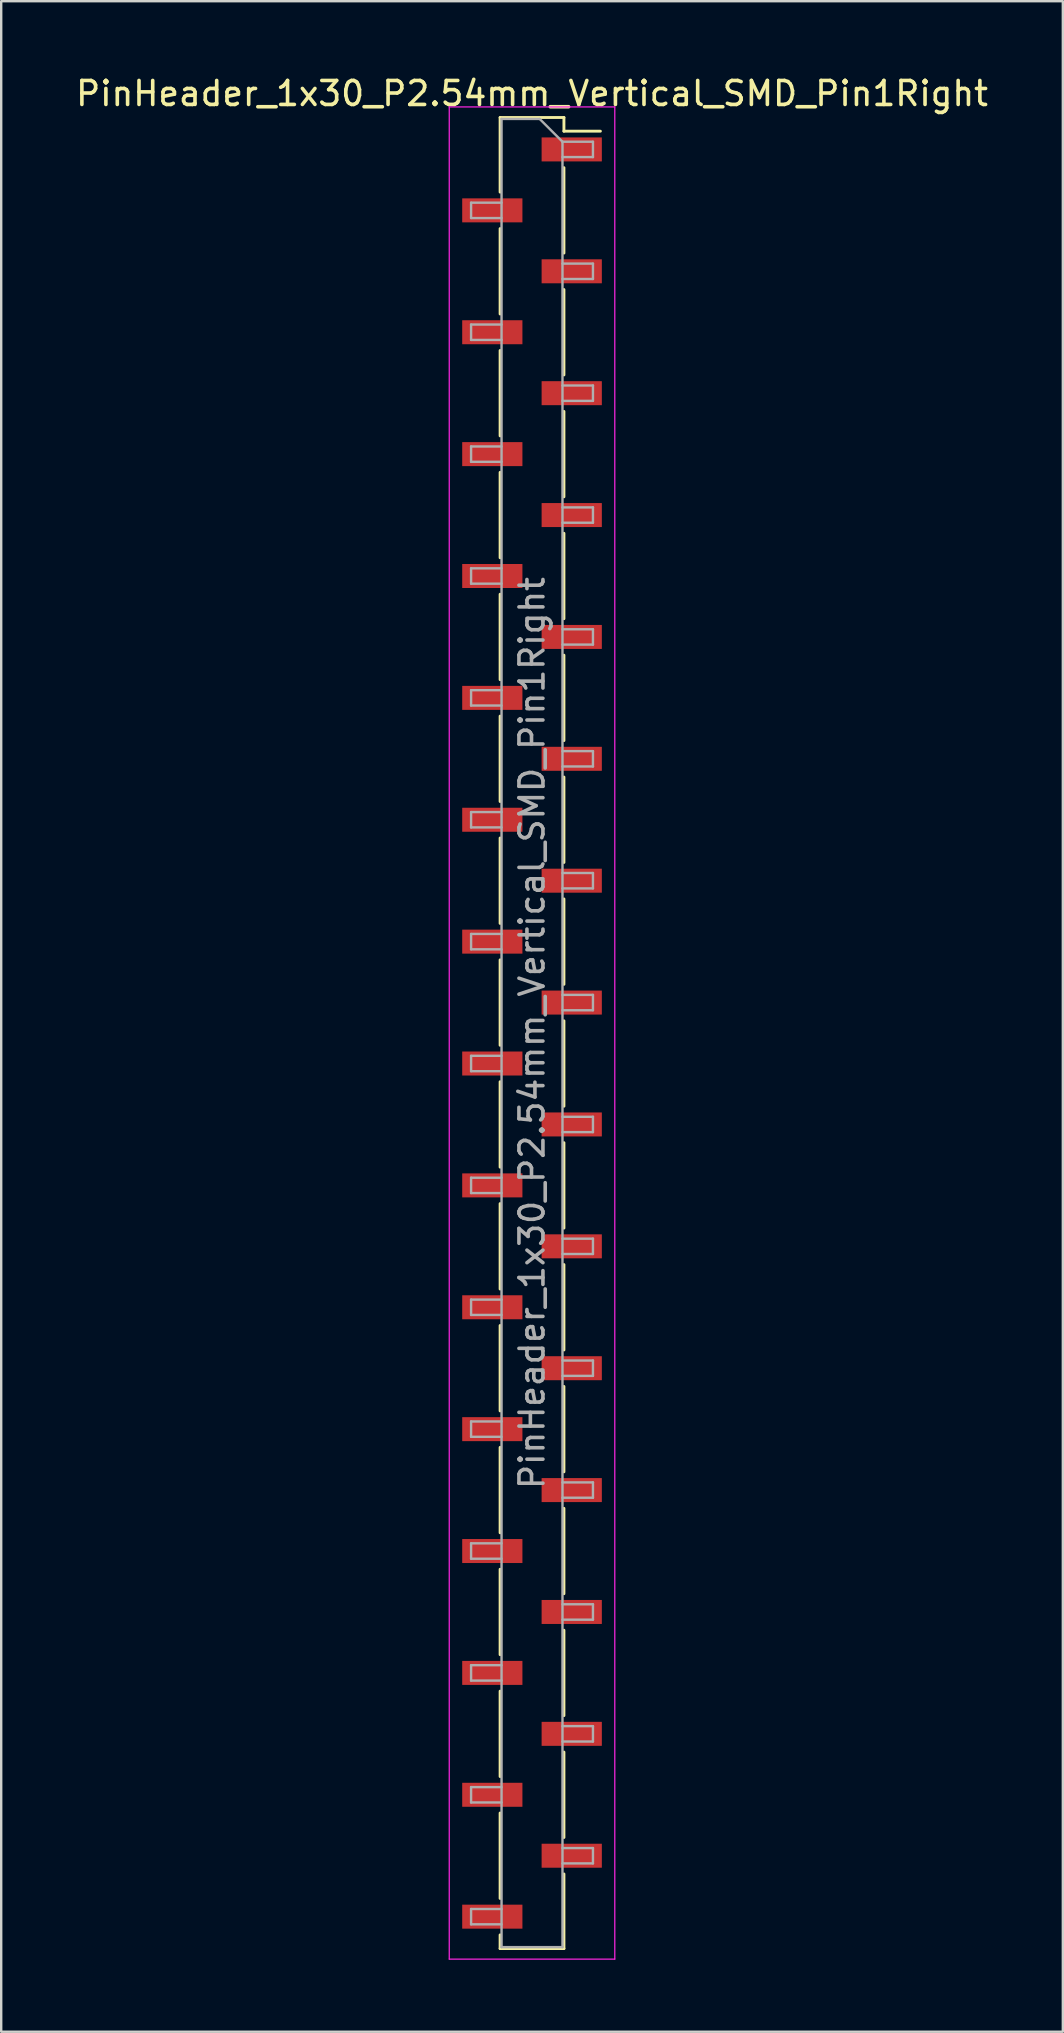
<source format=kicad_pcb>
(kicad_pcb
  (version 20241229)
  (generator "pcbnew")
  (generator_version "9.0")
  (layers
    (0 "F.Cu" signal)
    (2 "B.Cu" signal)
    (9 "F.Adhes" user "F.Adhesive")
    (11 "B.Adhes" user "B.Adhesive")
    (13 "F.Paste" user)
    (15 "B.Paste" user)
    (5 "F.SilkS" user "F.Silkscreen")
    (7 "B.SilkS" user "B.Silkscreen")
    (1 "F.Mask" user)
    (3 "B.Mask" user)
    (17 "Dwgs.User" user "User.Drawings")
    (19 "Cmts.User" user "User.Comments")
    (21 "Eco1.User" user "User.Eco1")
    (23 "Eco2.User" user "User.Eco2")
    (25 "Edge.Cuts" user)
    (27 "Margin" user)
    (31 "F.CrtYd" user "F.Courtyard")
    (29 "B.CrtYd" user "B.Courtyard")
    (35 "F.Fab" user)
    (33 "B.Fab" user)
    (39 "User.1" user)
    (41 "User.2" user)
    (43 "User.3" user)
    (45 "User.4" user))
  (footprint "PinHeader_1x30_P2.54mm_Vertical_SMD_Pin1Right"
    (layer "F.Cu")
    (at 19.125 40.008)
    (property "Reference" "PinHeader_1x30_P2.54mm_Vertical_SMD_Pin1Right" (at 0 -39.16 0) (layer "F.SilkS") (effects (font (size 1 1) (thickness 0.15))))
    (attr smd)
    (fp_line (start -1.33 -38.16) (end -1.33 -35.05) (stroke (width 0.12) (type solid)) (layer "F.SilkS"))
    (fp_line (start -1.33 -38.16) (end 1.33 -38.16) (stroke (width 0.12) (type solid)) (layer "F.SilkS"))
    (fp_line (start -1.33 -33.53) (end -1.33 -29.97) (stroke (width 0.12) (type solid)) (layer "F.SilkS"))
    (fp_line (start -1.33 -28.45) (end -1.33 -24.89) (stroke (width 0.12) (type solid)) (layer "F.SilkS"))
    (fp_line (start -1.33 -23.37) (end -1.33 -19.81) (stroke (width 0.12) (type solid)) (layer "F.SilkS"))
    (fp_line (start -1.33 -18.29) (end -1.33 -14.73) (stroke (width 0.12) (type solid)) (layer "F.SilkS"))
    (fp_line (start -1.33 -13.21) (end -1.33 -9.65) (stroke (width 0.12) (type solid)) (layer "F.SilkS"))
    (fp_line (start -1.33 -8.13) (end -1.33 -4.57) (stroke (width 0.12) (type solid)) (layer "F.SilkS"))
    (fp_line (start -1.33 -3.05) (end -1.33 0.51) (stroke (width 0.12) (type solid)) (layer "F.SilkS"))
    (fp_line (start -1.33 2.03) (end -1.33 5.59) (stroke (width 0.12) (type solid)) (layer "F.SilkS"))
    (fp_line (start -1.33 7.11) (end -1.33 10.67) (stroke (width 0.12) (type solid)) (layer "F.SilkS"))
    (fp_line (start -1.33 12.19) (end -1.33 15.75) (stroke (width 0.12) (type solid)) (layer "F.SilkS"))
    (fp_line (start -1.33 17.27) (end -1.33 20.83) (stroke (width 0.12) (type solid)) (layer "F.SilkS"))
    (fp_line (start -1.33 22.35) (end -1.33 25.91) (stroke (width 0.12) (type solid)) (layer "F.SilkS"))
    (fp_line (start -1.33 27.43) (end -1.33 30.99) (stroke (width 0.12) (type solid)) (layer "F.SilkS"))
    (fp_line (start -1.33 32.51) (end -1.33 36.07) (stroke (width 0.12) (type solid)) (layer "F.SilkS"))
    (fp_line (start -1.33 37.59) (end -1.33 38.16) (stroke (width 0.12) (type solid)) (layer "F.SilkS"))
    (fp_line (start -1.33 38.16) (end 1.33 38.16) (stroke (width 0.12) (type solid)) (layer "F.SilkS"))
    (fp_line (start 1.33 -38.16) (end 1.33 -37.59) (stroke (width 0.12) (type solid)) (layer "F.SilkS"))
    (fp_line (start 1.33 -37.59) (end 2.85 -37.59) (stroke (width 0.12) (type solid)) (layer "F.SilkS"))
    (fp_line (start 1.33 -36.07) (end 1.33 -32.51) (stroke (width 0.12) (type solid)) (layer "F.SilkS"))
    (fp_line (start 1.33 -30.99) (end 1.33 -27.43) (stroke (width 0.12) (type solid)) (layer "F.SilkS"))
    (fp_line (start 1.33 -25.91) (end 1.33 -22.35) (stroke (width 0.12) (type solid)) (layer "F.SilkS"))
    (fp_line (start 1.33 -20.83) (end 1.33 -17.27) (stroke (width 0.12) (type solid)) (layer "F.SilkS"))
    (fp_line (start 1.33 -15.75) (end 1.33 -12.19) (stroke (width 0.12) (type solid)) (layer "F.SilkS"))
    (fp_line (start 1.33 -10.67) (end 1.33 -7.11) (stroke (width 0.12) (type solid)) (layer "F.SilkS"))
    (fp_line (start 1.33 -5.59) (end 1.33 -2.03) (stroke (width 0.12) (type solid)) (layer "F.SilkS"))
    (fp_line (start 1.33 -0.51) (end 1.33 3.05) (stroke (width 0.12) (type solid)) (layer "F.SilkS"))
    (fp_line (start 1.33 4.57) (end 1.33 8.13) (stroke (width 0.12) (type solid)) (layer "F.SilkS"))
    (fp_line (start 1.33 9.65) (end 1.33 13.21) (stroke (width 0.12) (type solid)) (layer "F.SilkS"))
    (fp_line (start 1.33 14.73) (end 1.33 18.29) (stroke (width 0.12) (type solid)) (layer "F.SilkS"))
    (fp_line (start 1.33 19.81) (end 1.33 23.37) (stroke (width 0.12) (type solid)) (layer "F.SilkS"))
    (fp_line (start 1.33 24.89) (end 1.33 28.45) (stroke (width 0.12) (type solid)) (layer "F.SilkS"))
    (fp_line (start 1.33 29.97) (end 1.33 33.53) (stroke (width 0.12) (type solid)) (layer "F.SilkS"))
    (fp_line (start 1.33 35.05) (end 1.33 38.16) (stroke (width 0.12) (type solid)) (layer "F.SilkS"))
    (fp_line (start -3.45 -38.6) (end -3.45 38.6) (stroke (width 0.05) (type solid)) (layer "F.CrtYd"))
    (fp_line (start -3.45 38.6) (end 3.45 38.6) (stroke (width 0.05) (type solid)) (layer "F.CrtYd"))
    (fp_line (start 3.45 -38.6) (end -3.45 -38.6) (stroke (width 0.05) (type solid)) (layer "F.CrtYd"))
    (fp_line (start 3.45 38.6) (end 3.45 -38.6) (stroke (width 0.05) (type solid)) (layer "F.CrtYd"))
    (fp_line (start -2.54 -34.61) (end -2.54 -33.97) (stroke (width 0.1) (type solid)) (layer "F.Fab"))
    (fp_line (start -2.54 -33.97) (end -1.27 -33.97) (stroke (width 0.1) (type solid)) (layer "F.Fab"))
    (fp_line (start -2.54 -29.53) (end -2.54 -28.89) (stroke (width 0.1) (type solid)) (layer "F.Fab"))
    (fp_line (start -2.54 -28.89) (end -1.27 -28.89) (stroke (width 0.1) (type solid)) (layer "F.Fab"))
    (fp_line (start -2.54 -24.45) (end -2.54 -23.81) (stroke (width 0.1) (type solid)) (layer "F.Fab"))
    (fp_line (start -2.54 -23.81) (end -1.27 -23.81) (stroke (width 0.1) (type solid)) (layer "F.Fab"))
    (fp_line (start -2.54 -19.37) (end -2.54 -18.73) (stroke (width 0.1) (type solid)) (layer "F.Fab"))
    (fp_line (start -2.54 -18.73) (end -1.27 -18.73) (stroke (width 0.1) (type solid)) (layer "F.Fab"))
    (fp_line (start -2.54 -14.29) (end -2.54 -13.65) (stroke (width 0.1) (type solid)) (layer "F.Fab"))
    (fp_line (start -2.54 -13.65) (end -1.27 -13.65) (stroke (width 0.1) (type solid)) (layer "F.Fab"))
    (fp_line (start -2.54 -9.21) (end -2.54 -8.57) (stroke (width 0.1) (type solid)) (layer "F.Fab"))
    (fp_line (start -2.54 -8.57) (end -1.27 -8.57) (stroke (width 0.1) (type solid)) (layer "F.Fab"))
    (fp_line (start -2.54 -4.13) (end -2.54 -3.49) (stroke (width 0.1) (type solid)) (layer "F.Fab"))
    (fp_line (start -2.54 -3.49) (end -1.27 -3.49) (stroke (width 0.1) (type solid)) (layer "F.Fab"))
    (fp_line (start -2.54 0.95) (end -2.54 1.59) (stroke (width 0.1) (type solid)) (layer "F.Fab"))
    (fp_line (start -2.54 1.59) (end -1.27 1.59) (stroke (width 0.1) (type solid)) (layer "F.Fab"))
    (fp_line (start -2.54 6.03) (end -2.54 6.67) (stroke (width 0.1) (type solid)) (layer "F.Fab"))
    (fp_line (start -2.54 6.67) (end -1.27 6.67) (stroke (width 0.1) (type solid)) (layer "F.Fab"))
    (fp_line (start -2.54 11.11) (end -2.54 11.75) (stroke (width 0.1) (type solid)) (layer "F.Fab"))
    (fp_line (start -2.54 11.75) (end -1.27 11.75) (stroke (width 0.1) (type solid)) (layer "F.Fab"))
    (fp_line (start -2.54 16.19) (end -2.54 16.83) (stroke (width 0.1) (type solid)) (layer "F.Fab"))
    (fp_line (start -2.54 16.83) (end -1.27 16.83) (stroke (width 0.1) (type solid)) (layer "F.Fab"))
    (fp_line (start -2.54 21.27) (end -2.54 21.91) (stroke (width 0.1) (type solid)) (layer "F.Fab"))
    (fp_line (start -2.54 21.91) (end -1.27 21.91) (stroke (width 0.1) (type solid)) (layer "F.Fab"))
    (fp_line (start -2.54 26.35) (end -2.54 26.99) (stroke (width 0.1) (type solid)) (layer "F.Fab"))
    (fp_line (start -2.54 26.99) (end -1.27 26.99) (stroke (width 0.1) (type solid)) (layer "F.Fab"))
    (fp_line (start -2.54 31.43) (end -2.54 32.07) (stroke (width 0.1) (type solid)) (layer "F.Fab"))
    (fp_line (start -2.54 32.07) (end -1.27 32.07) (stroke (width 0.1) (type solid)) (layer "F.Fab"))
    (fp_line (start -2.54 36.51) (end -2.54 37.15) (stroke (width 0.1) (type solid)) (layer "F.Fab"))
    (fp_line (start -2.54 37.15) (end -1.27 37.15) (stroke (width 0.1) (type solid)) (layer "F.Fab"))
    (fp_line (start -1.27 -38.1) (end -1.27 38.1) (stroke (width 0.1) (type solid)) (layer "F.Fab"))
    (fp_line (start -1.27 -38.1) (end 0.32 -38.1) (stroke (width 0.1) (type solid)) (layer "F.Fab"))
    (fp_line (start -1.27 -34.61) (end -2.54 -34.61) (stroke (width 0.1) (type solid)) (layer "F.Fab"))
    (fp_line (start -1.27 -29.53) (end -2.54 -29.53) (stroke (width 0.1) (type solid)) (layer "F.Fab"))
    (fp_line (start -1.27 -24.45) (end -2.54 -24.45) (stroke (width 0.1) (type solid)) (layer "F.Fab"))
    (fp_line (start -1.27 -19.37) (end -2.54 -19.37) (stroke (width 0.1) (type solid)) (layer "F.Fab"))
    (fp_line (start -1.27 -14.29) (end -2.54 -14.29) (stroke (width 0.1) (type solid)) (layer "F.Fab"))
    (fp_line (start -1.27 -9.21) (end -2.54 -9.21) (stroke (width 0.1) (type solid)) (layer "F.Fab"))
    (fp_line (start -1.27 -4.13) (end -2.54 -4.13) (stroke (width 0.1) (type solid)) (layer "F.Fab"))
    (fp_line (start -1.27 0.95) (end -2.54 0.95) (stroke (width 0.1) (type solid)) (layer "F.Fab"))
    (fp_line (start -1.27 6.03) (end -2.54 6.03) (stroke (width 0.1) (type solid)) (layer "F.Fab"))
    (fp_line (start -1.27 11.11) (end -2.54 11.11) (stroke (width 0.1) (type solid)) (layer "F.Fab"))
    (fp_line (start -1.27 16.19) (end -2.54 16.19) (stroke (width 0.1) (type solid)) (layer "F.Fab"))
    (fp_line (start -1.27 21.27) (end -2.54 21.27) (stroke (width 0.1) (type solid)) (layer "F.Fab"))
    (fp_line (start -1.27 26.35) (end -2.54 26.35) (stroke (width 0.1) (type solid)) (layer "F.Fab"))
    (fp_line (start -1.27 31.43) (end -2.54 31.43) (stroke (width 0.1) (type solid)) (layer "F.Fab"))
    (fp_line (start -1.27 36.51) (end -2.54 36.51) (stroke (width 0.1) (type solid)) (layer "F.Fab"))
    (fp_line (start 1.27 -37.15) (end 0.32 -38.1) (stroke (width 0.1) (type solid)) (layer "F.Fab"))
    (fp_line (start 1.27 -37.15) (end 2.54 -37.15) (stroke (width 0.1) (type solid)) (layer "F.Fab"))
    (fp_line (start 1.27 -32.07) (end 2.54 -32.07) (stroke (width 0.1) (type solid)) (layer "F.Fab"))
    (fp_line (start 1.27 -26.99) (end 2.54 -26.99) (stroke (width 0.1) (type solid)) (layer "F.Fab"))
    (fp_line (start 1.27 -21.91) (end 2.54 -21.91) (stroke (width 0.1) (type solid)) (layer "F.Fab"))
    (fp_line (start 1.27 -16.83) (end 2.54 -16.83) (stroke (width 0.1) (type solid)) (layer "F.Fab"))
    (fp_line (start 1.27 -11.75) (end 2.54 -11.75) (stroke (width 0.1) (type solid)) (layer "F.Fab"))
    (fp_line (start 1.27 -6.67) (end 2.54 -6.67) (stroke (width 0.1) (type solid)) (layer "F.Fab"))
    (fp_line (start 1.27 -1.59) (end 2.54 -1.59) (stroke (width 0.1) (type solid)) (layer "F.Fab"))
    (fp_line (start 1.27 3.49) (end 2.54 3.49) (stroke (width 0.1) (type solid)) (layer "F.Fab"))
    (fp_line (start 1.27 8.57) (end 2.54 8.57) (stroke (width 0.1) (type solid)) (layer "F.Fab"))
    (fp_line (start 1.27 13.65) (end 2.54 13.65) (stroke (width 0.1) (type solid)) (layer "F.Fab"))
    (fp_line (start 1.27 18.73) (end 2.54 18.73) (stroke (width 0.1) (type solid)) (layer "F.Fab"))
    (fp_line (start 1.27 23.81) (end 2.54 23.81) (stroke (width 0.1) (type solid)) (layer "F.Fab"))
    (fp_line (start 1.27 28.89) (end 2.54 28.89) (stroke (width 0.1) (type solid)) (layer "F.Fab"))
    (fp_line (start 1.27 33.97) (end 2.54 33.97) (stroke (width 0.1) (type solid)) (layer "F.Fab"))
    (fp_line (start 1.27 38.1) (end -1.27 38.1) (stroke (width 0.1) (type solid)) (layer "F.Fab"))
    (fp_line (start 1.27 38.1) (end 1.27 -37.15) (stroke (width 0.1) (type solid)) (layer "F.Fab"))
    (fp_line (start 2.54 -37.15) (end 2.54 -36.51) (stroke (width 0.1) (type solid)) (layer "F.Fab"))
    (fp_line (start 2.54 -36.51) (end 1.27 -36.51) (stroke (width 0.1) (type solid)) (layer "F.Fab"))
    (fp_line (start 2.54 -32.07) (end 2.54 -31.43) (stroke (width 0.1) (type solid)) (layer "F.Fab"))
    (fp_line (start 2.54 -31.43) (end 1.27 -31.43) (stroke (width 0.1) (type solid)) (layer "F.Fab"))
    (fp_line (start 2.54 -26.99) (end 2.54 -26.35) (stroke (width 0.1) (type solid)) (layer "F.Fab"))
    (fp_line (start 2.54 -26.35) (end 1.27 -26.35) (stroke (width 0.1) (type solid)) (layer "F.Fab"))
    (fp_line (start 2.54 -21.91) (end 2.54 -21.27) (stroke (width 0.1) (type solid)) (layer "F.Fab"))
    (fp_line (start 2.54 -21.27) (end 1.27 -21.27) (stroke (width 0.1) (type solid)) (layer "F.Fab"))
    (fp_line (start 2.54 -16.83) (end 2.54 -16.19) (stroke (width 0.1) (type solid)) (layer "F.Fab"))
    (fp_line (start 2.54 -16.19) (end 1.27 -16.19) (stroke (width 0.1) (type solid)) (layer "F.Fab"))
    (fp_line (start 2.54 -11.75) (end 2.54 -11.11) (stroke (width 0.1) (type solid)) (layer "F.Fab"))
    (fp_line (start 2.54 -11.11) (end 1.27 -11.11) (stroke (width 0.1) (type solid)) (layer "F.Fab"))
    (fp_line (start 2.54 -6.67) (end 2.54 -6.03) (stroke (width 0.1) (type solid)) (layer "F.Fab"))
    (fp_line (start 2.54 -6.03) (end 1.27 -6.03) (stroke (width 0.1) (type solid)) (layer "F.Fab"))
    (fp_line (start 2.54 -1.59) (end 2.54 -0.95) (stroke (width 0.1) (type solid)) (layer "F.Fab"))
    (fp_line (start 2.54 -0.95) (end 1.27 -0.95) (stroke (width 0.1) (type solid)) (layer "F.Fab"))
    (fp_line (start 2.54 3.49) (end 2.54 4.13) (stroke (width 0.1) (type solid)) (layer "F.Fab"))
    (fp_line (start 2.54 4.13) (end 1.27 4.13) (stroke (width 0.1) (type solid)) (layer "F.Fab"))
    (fp_line (start 2.54 8.57) (end 2.54 9.21) (stroke (width 0.1) (type solid)) (layer "F.Fab"))
    (fp_line (start 2.54 9.21) (end 1.27 9.21) (stroke (width 0.1) (type solid)) (layer "F.Fab"))
    (fp_line (start 2.54 13.65) (end 2.54 14.29) (stroke (width 0.1) (type solid)) (layer "F.Fab"))
    (fp_line (start 2.54 14.29) (end 1.27 14.29) (stroke (width 0.1) (type solid)) (layer "F.Fab"))
    (fp_line (start 2.54 18.73) (end 2.54 19.37) (stroke (width 0.1) (type solid)) (layer "F.Fab"))
    (fp_line (start 2.54 19.37) (end 1.27 19.37) (stroke (width 0.1) (type solid)) (layer "F.Fab"))
    (fp_line (start 2.54 23.81) (end 2.54 24.45) (stroke (width 0.1) (type solid)) (layer "F.Fab"))
    (fp_line (start 2.54 24.45) (end 1.27 24.45) (stroke (width 0.1) (type solid)) (layer "F.Fab"))
    (fp_line (start 2.54 28.89) (end 2.54 29.53) (stroke (width 0.1) (type solid)) (layer "F.Fab"))
    (fp_line (start 2.54 29.53) (end 1.27 29.53) (stroke (width 0.1) (type solid)) (layer "F.Fab"))
    (fp_line (start 2.54 33.97) (end 2.54 34.61) (stroke (width 0.1) (type solid)) (layer "F.Fab"))
    (fp_line (start 2.54 34.61) (end 1.27 34.61) (stroke (width 0.1) (type solid)) (layer "F.Fab"))
    (fp_text user "${REFERENCE}" (at 0 0 90) (layer "F.Fab") (effects (font (size 1 1) (thickness 0.15))))
    (pad "1" smd rect (at 1.655 -36.83) (size 2.51 1) (layers "F.Cu" "F.Mask" "F.Paste"))
    (pad "2" smd rect (at -1.655 -34.29) (size 2.51 1) (layers "F.Cu" "F.Mask" "F.Paste"))
    (pad "3" smd rect (at 1.655 -31.75) (size 2.51 1) (layers "F.Cu" "F.Mask" "F.Paste"))
    (pad "4" smd rect (at -1.655 -29.21) (size 2.51 1) (layers "F.Cu" "F.Mask" "F.Paste"))
    (pad "5" smd rect (at 1.655 -26.67) (size 2.51 1) (layers "F.Cu" "F.Mask" "F.Paste"))
    (pad "6" smd rect (at -1.655 -24.13) (size 2.51 1) (layers "F.Cu" "F.Mask" "F.Paste"))
    (pad "7" smd rect (at 1.655 -21.59) (size 2.51 1) (layers "F.Cu" "F.Mask" "F.Paste"))
    (pad "8" smd rect (at -1.655 -19.05) (size 2.51 1) (layers "F.Cu" "F.Mask" "F.Paste"))
    (pad "9" smd rect (at 1.655 -16.51) (size 2.51 1) (layers "F.Cu" "F.Mask" "F.Paste"))
    (pad "10" smd rect (at -1.655 -13.97) (size 2.51 1) (layers "F.Cu" "F.Mask" "F.Paste"))
    (pad "11" smd rect (at 1.655 -11.43) (size 2.51 1) (layers "F.Cu" "F.Mask" "F.Paste"))
    (pad "12" smd rect (at -1.655 -8.89) (size 2.51 1) (layers "F.Cu" "F.Mask" "F.Paste"))
    (pad "13" smd rect (at 1.655 -6.35) (size 2.51 1) (layers "F.Cu" "F.Mask" "F.Paste"))
    (pad "14" smd rect (at -1.655 -3.81) (size 2.51 1) (layers "F.Cu" "F.Mask" "F.Paste"))
    (pad "15" smd rect (at 1.655 -1.27) (size 2.51 1) (layers "F.Cu" "F.Mask" "F.Paste"))
    (pad "16" smd rect (at -1.655 1.27) (size 2.51 1) (layers "F.Cu" "F.Mask" "F.Paste"))
    (pad "17" smd rect (at 1.655 3.81) (size 2.51 1) (layers "F.Cu" "F.Mask" "F.Paste"))
    (pad "18" smd rect (at -1.655 6.35) (size 2.51 1) (layers "F.Cu" "F.Mask" "F.Paste"))
    (pad "19" smd rect (at 1.655 8.89) (size 2.51 1) (layers "F.Cu" "F.Mask" "F.Paste"))
    (pad "20" smd rect (at -1.655 11.43) (size 2.51 1) (layers "F.Cu" "F.Mask" "F.Paste"))
    (pad "21" smd rect (at 1.655 13.97) (size 2.51 1) (layers "F.Cu" "F.Mask" "F.Paste"))
    (pad "22" smd rect (at -1.655 16.51) (size 2.51 1) (layers "F.Cu" "F.Mask" "F.Paste"))
    (pad "23" smd rect (at 1.655 19.05) (size 2.51 1) (layers "F.Cu" "F.Mask" "F.Paste"))
    (pad "24" smd rect (at -1.655 21.59) (size 2.51 1) (layers "F.Cu" "F.Mask" "F.Paste"))
    (pad "25" smd rect (at 1.655 24.13) (size 2.51 1) (layers "F.Cu" "F.Mask" "F.Paste"))
    (pad "26" smd rect (at -1.655 26.67) (size 2.51 1) (layers "F.Cu" "F.Mask" "F.Paste"))
    (pad "27" smd rect (at 1.655 29.21) (size 2.51 1) (layers "F.Cu" "F.Mask" "F.Paste"))
    (pad "28" smd rect (at -1.655 31.75) (size 2.51 1) (layers "F.Cu" "F.Mask" "F.Paste"))
    (pad "29" smd rect (at 1.655 34.29) (size 2.51 1) (layers "F.Cu" "F.Mask" "F.Paste"))
    (pad "30" smd rect (at -1.655 36.83) (size 2.51 1) (layers "F.Cu" "F.Mask" "F.Paste")))
  (gr_rect
    (start -3 -3)
    (end 41.25 81.633)
    (stroke (width 0.1) (type default))
    (fill no)
    (layer "Edge.Cuts")))
</source>
